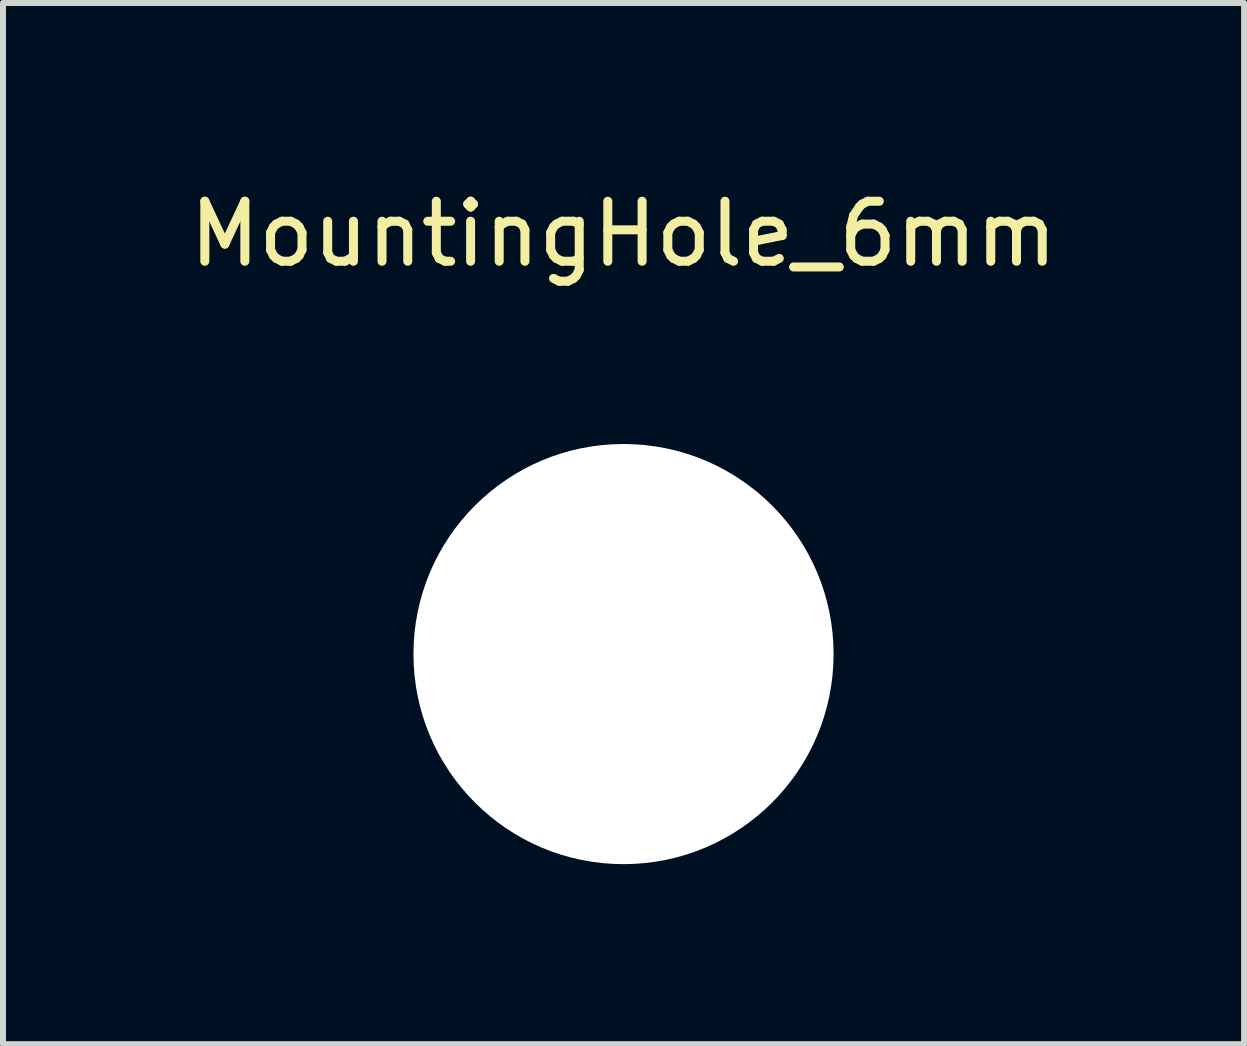
<source format=kicad_pcb>
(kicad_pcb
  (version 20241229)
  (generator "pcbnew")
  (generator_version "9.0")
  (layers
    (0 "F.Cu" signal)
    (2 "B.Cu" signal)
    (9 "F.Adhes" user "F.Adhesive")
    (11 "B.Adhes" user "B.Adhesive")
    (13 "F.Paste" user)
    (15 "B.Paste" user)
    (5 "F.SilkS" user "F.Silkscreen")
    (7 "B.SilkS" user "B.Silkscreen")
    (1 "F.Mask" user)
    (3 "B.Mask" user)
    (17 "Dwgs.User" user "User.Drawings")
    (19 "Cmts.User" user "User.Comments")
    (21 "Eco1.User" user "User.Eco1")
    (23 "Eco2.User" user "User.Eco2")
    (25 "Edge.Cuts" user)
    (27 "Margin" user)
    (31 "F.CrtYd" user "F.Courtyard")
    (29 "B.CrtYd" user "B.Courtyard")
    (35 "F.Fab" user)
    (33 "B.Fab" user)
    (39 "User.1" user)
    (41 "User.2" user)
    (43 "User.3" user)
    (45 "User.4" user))
  (footprint "MountingHole_6mm"
    (layer "F.Cu")
    (at 7.339 7.848)
    (property "Reference" "MountingHole_6mm" (at 0 -7 0) (layer "F.SilkS") (effects (font (size 1 1) (thickness 0.15))))
    (attr exclude_from_pos_files exclude_from_bom)
    (pad "" np_thru_hole circle (at 0 0) (size 7 7) (drill 7) (layers "*.Cu" "*.Mask")))
  (gr_rect
    (start -3 -3)
    (end 17.679 14.348)
    (stroke (width 0.1) (type default))
    (fill no)
    (layer "Edge.Cuts")))
</source>
